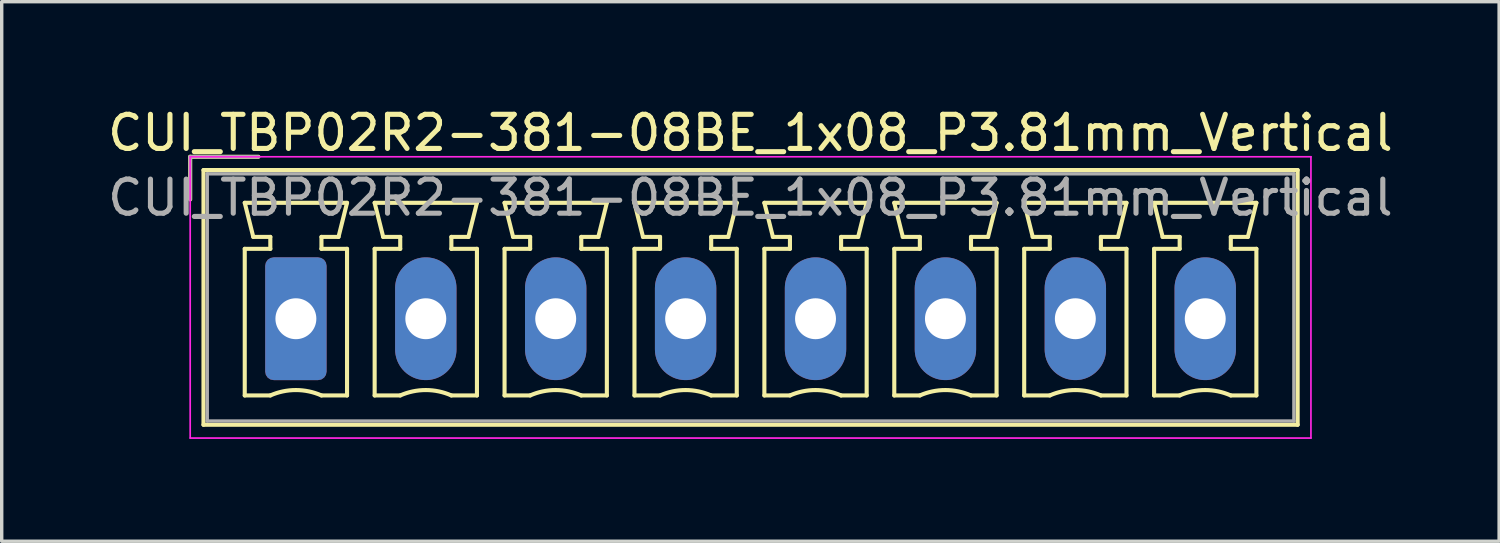
<source format=kicad_pcb>
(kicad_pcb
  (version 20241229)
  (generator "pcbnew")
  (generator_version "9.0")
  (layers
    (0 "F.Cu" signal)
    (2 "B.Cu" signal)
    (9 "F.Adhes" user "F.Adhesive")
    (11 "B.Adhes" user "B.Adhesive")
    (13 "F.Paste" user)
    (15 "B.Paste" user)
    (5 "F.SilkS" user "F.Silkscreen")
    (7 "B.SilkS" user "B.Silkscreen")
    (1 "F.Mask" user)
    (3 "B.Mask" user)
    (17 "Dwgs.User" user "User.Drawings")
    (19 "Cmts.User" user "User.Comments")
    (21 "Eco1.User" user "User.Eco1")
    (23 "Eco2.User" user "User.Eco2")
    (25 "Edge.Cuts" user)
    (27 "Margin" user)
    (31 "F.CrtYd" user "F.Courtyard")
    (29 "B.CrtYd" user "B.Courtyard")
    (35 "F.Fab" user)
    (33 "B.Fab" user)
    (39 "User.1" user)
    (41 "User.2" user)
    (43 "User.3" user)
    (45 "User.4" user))
  (footprint "CUI_TBP02R2-381-08BE_1x08_P3.81mm_Vertical"
    (layer "F.Cu")
    (at 5.628 6.298)
    (property "Reference" "CUI_TBP02R2-381-08BE_1x08_P3.81mm_Vertical" (at 13.33 -5.45 0) (layer "F.SilkS") (effects (font (size 1 1) (thickness 0.15))))
    (attr through_hole)
    (fp_line (start -3.1 -4.75) (end -1.1 -4.75) (stroke (width 0.12) (type solid)) (layer "F.SilkS"))
    (fp_line (start -3.1 -3.5) (end -3.1 -4.75) (stroke (width 0.12) (type solid)) (layer "F.SilkS"))
    (fp_line (start -2.71 -4.36) (end -2.71 3.11) (stroke (width 0.12) (type solid)) (layer "F.SilkS"))
    (fp_line (start -2.71 3.11) (end 29.38 3.11) (stroke (width 0.12) (type solid)) (layer "F.SilkS"))
    (fp_line (start -1.5 -3.4) (end 1.5 -3.4) (stroke (width 0.12) (type solid)) (layer "F.SilkS"))
    (fp_line (start -1.5 -2.05) (end -0.75 -2.05) (stroke (width 0.12) (type solid)) (layer "F.SilkS"))
    (fp_line (start -1.5 2.25) (end -1.5 -2.05) (stroke (width 0.12) (type solid)) (layer "F.SilkS"))
    (fp_line (start -1.25 -2.4) (end -1.5 -3.4) (stroke (width 0.12) (type solid)) (layer "F.SilkS"))
    (fp_line (start -0.75 -2.4) (end -1.25 -2.4) (stroke (width 0.12) (type solid)) (layer "F.SilkS"))
    (fp_line (start -0.75 -2.05) (end -0.75 -2.4) (stroke (width 0.12) (type solid)) (layer "F.SilkS"))
    (fp_line (start -0.75 2.25) (end -1.5 2.25) (stroke (width 0.12) (type solid)) (layer "F.SilkS"))
    (fp_line (start 0.75 -2.4) (end 0.75 -2.05) (stroke (width 0.12) (type solid)) (layer "F.SilkS"))
    (fp_line (start 0.75 -2.05) (end 1.5 -2.05) (stroke (width 0.12) (type solid)) (layer "F.SilkS"))
    (fp_line (start 1.25 -2.4) (end 0.75 -2.4) (stroke (width 0.12) (type solid)) (layer "F.SilkS"))
    (fp_line (start 1.5 -3.4) (end 1.25 -2.4) (stroke (width 0.12) (type solid)) (layer "F.SilkS"))
    (fp_line (start 1.5 -2.05) (end 1.5 2.25) (stroke (width 0.12) (type solid)) (layer "F.SilkS"))
    (fp_line (start 1.5 2.25) (end 0.75 2.25) (stroke (width 0.12) (type solid)) (layer "F.SilkS"))
    (fp_line (start 2.31 -3.4) (end 5.31 -3.4) (stroke (width 0.12) (type solid)) (layer "F.SilkS"))
    (fp_line (start 2.31 -2.05) (end 3.06 -2.05) (stroke (width 0.12) (type solid)) (layer "F.SilkS"))
    (fp_line (start 2.31 2.25) (end 2.31 -2.05) (stroke (width 0.12) (type solid)) (layer "F.SilkS"))
    (fp_line (start 2.56 -2.4) (end 2.31 -3.4) (stroke (width 0.12) (type solid)) (layer "F.SilkS"))
    (fp_line (start 3.06 -2.4) (end 2.56 -2.4) (stroke (width 0.12) (type solid)) (layer "F.SilkS"))
    (fp_line (start 3.06 -2.05) (end 3.06 -2.4) (stroke (width 0.12) (type solid)) (layer "F.SilkS"))
    (fp_line (start 3.06 2.25) (end 2.31 2.25) (stroke (width 0.12) (type solid)) (layer "F.SilkS"))
    (fp_line (start 4.56 -2.4) (end 4.56 -2.05) (stroke (width 0.12) (type solid)) (layer "F.SilkS"))
    (fp_line (start 4.56 -2.05) (end 5.31 -2.05) (stroke (width 0.12) (type solid)) (layer "F.SilkS"))
    (fp_line (start 5.06 -2.4) (end 4.56 -2.4) (stroke (width 0.12) (type solid)) (layer "F.SilkS"))
    (fp_line (start 5.31 -3.4) (end 5.06 -2.4) (stroke (width 0.12) (type solid)) (layer "F.SilkS"))
    (fp_line (start 5.31 -2.05) (end 5.31 2.25) (stroke (width 0.12) (type solid)) (layer "F.SilkS"))
    (fp_line (start 5.31 2.25) (end 4.56 2.25) (stroke (width 0.12) (type solid)) (layer "F.SilkS"))
    (fp_line (start 6.12 -3.4) (end 9.12 -3.4) (stroke (width 0.12) (type solid)) (layer "F.SilkS"))
    (fp_line (start 6.12 -2.05) (end 6.87 -2.05) (stroke (width 0.12) (type solid)) (layer "F.SilkS"))
    (fp_line (start 6.12 2.25) (end 6.12 -2.05) (stroke (width 0.12) (type solid)) (layer "F.SilkS"))
    (fp_line (start 6.37 -2.4) (end 6.12 -3.4) (stroke (width 0.12) (type solid)) (layer "F.SilkS"))
    (fp_line (start 6.87 -2.4) (end 6.37 -2.4) (stroke (width 0.12) (type solid)) (layer "F.SilkS"))
    (fp_line (start 6.87 -2.05) (end 6.87 -2.4) (stroke (width 0.12) (type solid)) (layer "F.SilkS"))
    (fp_line (start 6.87 2.25) (end 6.12 2.25) (stroke (width 0.12) (type solid)) (layer "F.SilkS"))
    (fp_line (start 8.37 -2.4) (end 8.37 -2.05) (stroke (width 0.12) (type solid)) (layer "F.SilkS"))
    (fp_line (start 8.37 -2.05) (end 9.12 -2.05) (stroke (width 0.12) (type solid)) (layer "F.SilkS"))
    (fp_line (start 8.87 -2.4) (end 8.37 -2.4) (stroke (width 0.12) (type solid)) (layer "F.SilkS"))
    (fp_line (start 9.12 -3.4) (end 8.87 -2.4) (stroke (width 0.12) (type solid)) (layer "F.SilkS"))
    (fp_line (start 9.12 -2.05) (end 9.12 2.25) (stroke (width 0.12) (type solid)) (layer "F.SilkS"))
    (fp_line (start 9.12 2.25) (end 8.37 2.25) (stroke (width 0.12) (type solid)) (layer "F.SilkS"))
    (fp_line (start 9.93 -3.4) (end 12.93 -3.4) (stroke (width 0.12) (type solid)) (layer "F.SilkS"))
    (fp_line (start 9.93 -2.05) (end 10.68 -2.05) (stroke (width 0.12) (type solid)) (layer "F.SilkS"))
    (fp_line (start 9.93 2.25) (end 9.93 -2.05) (stroke (width 0.12) (type solid)) (layer "F.SilkS"))
    (fp_line (start 10.18 -2.4) (end 9.93 -3.4) (stroke (width 0.12) (type solid)) (layer "F.SilkS"))
    (fp_line (start 10.68 -2.4) (end 10.18 -2.4) (stroke (width 0.12) (type solid)) (layer "F.SilkS"))
    (fp_line (start 10.68 -2.05) (end 10.68 -2.4) (stroke (width 0.12) (type solid)) (layer "F.SilkS"))
    (fp_line (start 10.68 2.25) (end 9.93 2.25) (stroke (width 0.12) (type solid)) (layer "F.SilkS"))
    (fp_line (start 12.18 -2.4) (end 12.18 -2.05) (stroke (width 0.12) (type solid)) (layer "F.SilkS"))
    (fp_line (start 12.18 -2.05) (end 12.93 -2.05) (stroke (width 0.12) (type solid)) (layer "F.SilkS"))
    (fp_line (start 12.68 -2.4) (end 12.18 -2.4) (stroke (width 0.12) (type solid)) (layer "F.SilkS"))
    (fp_line (start 12.93 -3.4) (end 12.68 -2.4) (stroke (width 0.12) (type solid)) (layer "F.SilkS"))
    (fp_line (start 12.93 -2.05) (end 12.93 2.25) (stroke (width 0.12) (type solid)) (layer "F.SilkS"))
    (fp_line (start 12.93 2.25) (end 12.18 2.25) (stroke (width 0.12) (type solid)) (layer "F.SilkS"))
    (fp_line (start 13.74 -3.4) (end 16.74 -3.4) (stroke (width 0.12) (type solid)) (layer "F.SilkS"))
    (fp_line (start 13.74 -2.05) (end 14.49 -2.05) (stroke (width 0.12) (type solid)) (layer "F.SilkS"))
    (fp_line (start 13.74 2.25) (end 13.74 -2.05) (stroke (width 0.12) (type solid)) (layer "F.SilkS"))
    (fp_line (start 13.99 -2.4) (end 13.74 -3.4) (stroke (width 0.12) (type solid)) (layer "F.SilkS"))
    (fp_line (start 14.49 -2.4) (end 13.99 -2.4) (stroke (width 0.12) (type solid)) (layer "F.SilkS"))
    (fp_line (start 14.49 -2.05) (end 14.49 -2.4) (stroke (width 0.12) (type solid)) (layer "F.SilkS"))
    (fp_line (start 14.49 2.25) (end 13.74 2.25) (stroke (width 0.12) (type solid)) (layer "F.SilkS"))
    (fp_line (start 15.99 -2.4) (end 15.99 -2.05) (stroke (width 0.12) (type solid)) (layer "F.SilkS"))
    (fp_line (start 15.99 -2.05) (end 16.74 -2.05) (stroke (width 0.12) (type solid)) (layer "F.SilkS"))
    (fp_line (start 16.49 -2.4) (end 15.99 -2.4) (stroke (width 0.12) (type solid)) (layer "F.SilkS"))
    (fp_line (start 16.74 -3.4) (end 16.49 -2.4) (stroke (width 0.12) (type solid)) (layer "F.SilkS"))
    (fp_line (start 16.74 -2.05) (end 16.74 2.25) (stroke (width 0.12) (type solid)) (layer "F.SilkS"))
    (fp_line (start 16.74 2.25) (end 15.99 2.25) (stroke (width 0.12) (type solid)) (layer "F.SilkS"))
    (fp_line (start 17.55 -3.4) (end 20.55 -3.4) (stroke (width 0.12) (type solid)) (layer "F.SilkS"))
    (fp_line (start 17.55 -2.05) (end 18.3 -2.05) (stroke (width 0.12) (type solid)) (layer "F.SilkS"))
    (fp_line (start 17.55 2.25) (end 17.55 -2.05) (stroke (width 0.12) (type solid)) (layer "F.SilkS"))
    (fp_line (start 17.8 -2.4) (end 17.55 -3.4) (stroke (width 0.12) (type solid)) (layer "F.SilkS"))
    (fp_line (start 18.3 -2.4) (end 17.8 -2.4) (stroke (width 0.12) (type solid)) (layer "F.SilkS"))
    (fp_line (start 18.3 -2.05) (end 18.3 -2.4) (stroke (width 0.12) (type solid)) (layer "F.SilkS"))
    (fp_line (start 18.3 2.25) (end 17.55 2.25) (stroke (width 0.12) (type solid)) (layer "F.SilkS"))
    (fp_line (start 19.8 -2.4) (end 19.8 -2.05) (stroke (width 0.12) (type solid)) (layer "F.SilkS"))
    (fp_line (start 19.8 -2.05) (end 20.55 -2.05) (stroke (width 0.12) (type solid)) (layer "F.SilkS"))
    (fp_line (start 20.3 -2.4) (end 19.8 -2.4) (stroke (width 0.12) (type solid)) (layer "F.SilkS"))
    (fp_line (start 20.55 -3.4) (end 20.3 -2.4) (stroke (width 0.12) (type solid)) (layer "F.SilkS"))
    (fp_line (start 20.55 -2.05) (end 20.55 2.25) (stroke (width 0.12) (type solid)) (layer "F.SilkS"))
    (fp_line (start 20.55 2.25) (end 19.8 2.25) (stroke (width 0.12) (type solid)) (layer "F.SilkS"))
    (fp_line (start 21.36 -3.4) (end 24.36 -3.4) (stroke (width 0.12) (type solid)) (layer "F.SilkS"))
    (fp_line (start 21.36 -2.05) (end 22.11 -2.05) (stroke (width 0.12) (type solid)) (layer "F.SilkS"))
    (fp_line (start 21.36 2.25) (end 21.36 -2.05) (stroke (width 0.12) (type solid)) (layer "F.SilkS"))
    (fp_line (start 21.61 -2.4) (end 21.36 -3.4) (stroke (width 0.12) (type solid)) (layer "F.SilkS"))
    (fp_line (start 22.11 -2.4) (end 21.61 -2.4) (stroke (width 0.12) (type solid)) (layer "F.SilkS"))
    (fp_line (start 22.11 -2.05) (end 22.11 -2.4) (stroke (width 0.12) (type solid)) (layer "F.SilkS"))
    (fp_line (start 22.11 2.25) (end 21.36 2.25) (stroke (width 0.12) (type solid)) (layer "F.SilkS"))
    (fp_line (start 23.61 -2.4) (end 23.61 -2.05) (stroke (width 0.12) (type solid)) (layer "F.SilkS"))
    (fp_line (start 23.61 -2.05) (end 24.36 -2.05) (stroke (width 0.12) (type solid)) (layer "F.SilkS"))
    (fp_line (start 24.11 -2.4) (end 23.61 -2.4) (stroke (width 0.12) (type solid)) (layer "F.SilkS"))
    (fp_line (start 24.36 -3.4) (end 24.11 -2.4) (stroke (width 0.12) (type solid)) (layer "F.SilkS"))
    (fp_line (start 24.36 -2.05) (end 24.36 2.25) (stroke (width 0.12) (type solid)) (layer "F.SilkS"))
    (fp_line (start 24.36 2.25) (end 23.61 2.25) (stroke (width 0.12) (type solid)) (layer "F.SilkS"))
    (fp_line (start 25.17 -3.4) (end 28.17 -3.4) (stroke (width 0.12) (type solid)) (layer "F.SilkS"))
    (fp_line (start 25.17 -2.05) (end 25.92 -2.05) (stroke (width 0.12) (type solid)) (layer "F.SilkS"))
    (fp_line (start 25.17 2.25) (end 25.17 -2.05) (stroke (width 0.12) (type solid)) (layer "F.SilkS"))
    (fp_line (start 25.42 -2.4) (end 25.17 -3.4) (stroke (width 0.12) (type solid)) (layer "F.SilkS"))
    (fp_line (start 25.92 -2.4) (end 25.42 -2.4) (stroke (width 0.12) (type solid)) (layer "F.SilkS"))
    (fp_line (start 25.92 -2.05) (end 25.92 -2.4) (stroke (width 0.12) (type solid)) (layer "F.SilkS"))
    (fp_line (start 25.92 2.25) (end 25.17 2.25) (stroke (width 0.12) (type solid)) (layer "F.SilkS"))
    (fp_line (start 27.42 -2.4) (end 27.42 -2.05) (stroke (width 0.12) (type solid)) (layer "F.SilkS"))
    (fp_line (start 27.42 -2.05) (end 28.17 -2.05) (stroke (width 0.12) (type solid)) (layer "F.SilkS"))
    (fp_line (start 27.92 -2.4) (end 27.42 -2.4) (stroke (width 0.12) (type solid)) (layer "F.SilkS"))
    (fp_line (start 28.17 -3.4) (end 27.92 -2.4) (stroke (width 0.12) (type solid)) (layer "F.SilkS"))
    (fp_line (start 28.17 -2.05) (end 28.17 2.25) (stroke (width 0.12) (type solid)) (layer "F.SilkS"))
    (fp_line (start 28.17 2.25) (end 27.42 2.25) (stroke (width 0.12) (type solid)) (layer "F.SilkS"))
    (fp_line (start 29.38 -4.36) (end -2.71 -4.36) (stroke (width 0.12) (type solid)) (layer "F.SilkS"))
    (fp_line (start 29.38 3.11) (end 29.38 -4.36) (stroke (width 0.12) (type solid)) (layer "F.SilkS"))
    (fp_arc (start -0.75 2.25) (mid -0.000193 2.09191) (end 0.749647 2.249844) (stroke (width 0.12) (type solid)) (layer "F.SilkS"))
    (fp_arc (start 3.06 2.25) (mid 3.809807 2.09191) (end 4.559647 2.249844) (stroke (width 0.12) (type solid)) (layer "F.SilkS"))
    (fp_arc (start 6.87 2.25) (mid 7.619807 2.09191) (end 8.369647 2.249844) (stroke (width 0.12) (type solid)) (layer "F.SilkS"))
    (fp_arc (start 10.68 2.25) (mid 11.429807 2.09191) (end 12.179647 2.249844) (stroke (width 0.12) (type solid)) (layer "F.SilkS"))
    (fp_arc (start 14.49 2.25) (mid 15.239807 2.09191) (end 15.989647 2.249844) (stroke (width 0.12) (type solid)) (layer "F.SilkS"))
    (fp_arc (start 18.3 2.25) (mid 19.049807 2.09191) (end 19.799647 2.249844) (stroke (width 0.12) (type solid)) (layer "F.SilkS"))
    (fp_arc (start 22.11 2.25) (mid 22.859807 2.09191) (end 23.609647 2.249844) (stroke (width 0.12) (type solid)) (layer "F.SilkS"))
    (fp_arc (start 25.92 2.25) (mid 26.669807 2.09191) (end 27.419647 2.249844) (stroke (width 0.12) (type solid)) (layer "F.SilkS"))
    (fp_line (start -3.1 -4.75) (end -3.1 3.5) (stroke (width 0.05) (type solid)) (layer "F.CrtYd"))
    (fp_line (start -3.1 3.5) (end 29.77 3.5) (stroke (width 0.05) (type solid)) (layer "F.CrtYd"))
    (fp_line (start 29.77 -4.75) (end -3.1 -4.75) (stroke (width 0.05) (type solid)) (layer "F.CrtYd"))
    (fp_line (start 29.77 3.5) (end 29.77 -4.75) (stroke (width 0.05) (type solid)) (layer "F.CrtYd"))
    (fp_line (start -3.1 -4.75) (end -1.1 -4.75) (stroke (width 0.1) (type solid)) (layer "F.Fab"))
    (fp_line (start -3.1 -3.5) (end -3.1 -4.75) (stroke (width 0.1) (type solid)) (layer "F.Fab"))
    (fp_line (start -2.6 -4.25) (end -2.6 3) (stroke (width 0.1) (type solid)) (layer "F.Fab"))
    (fp_line (start -2.6 3) (end 29.27 3) (stroke (width 0.1) (type solid)) (layer "F.Fab"))
    (fp_line (start 29.27 -4.25) (end -2.6 -4.25) (stroke (width 0.1) (type solid)) (layer "F.Fab"))
    (fp_line (start 29.27 3) (end 29.27 -4.25) (stroke (width 0.1) (type solid)) (layer "F.Fab"))
    (fp_text user "${REFERENCE}" (at 13.33 -3.55 0) (layer "F.Fab") (effects (font (size 1 1) (thickness 0.15))))
    (pad "1" thru_hole roundrect (at 0 0) (size 1.8 3.6) (drill 1.2) (layers "*.Cu" "*.Mask") (roundrect_rratio 0.139))
    (pad "2" thru_hole oval (at 3.81 0) (size 1.8 3.6) (drill 1.2) (layers "*.Cu" "*.Mask"))
    (pad "3" thru_hole oval (at 7.62 0) (size 1.8 3.6) (drill 1.2) (layers "*.Cu" "*.Mask"))
    (pad "4" thru_hole oval (at 11.43 0) (size 1.8 3.6) (drill 1.2) (layers "*.Cu" "*.Mask"))
    (pad "5" thru_hole oval (at 15.24 0) (size 1.8 3.6) (drill 1.2) (layers "*.Cu" "*.Mask"))
    (pad "6" thru_hole oval (at 19.05 0) (size 1.8 3.6) (drill 1.2) (layers "*.Cu" "*.Mask"))
    (pad "7" thru_hole oval (at 22.86 0) (size 1.8 3.6) (drill 1.2) (layers "*.Cu" "*.Mask"))
    (pad "8" thru_hole oval (at 26.67 0) (size 1.8 3.6) (drill 1.2) (layers "*.Cu" "*.Mask")))
  (gr_rect
    (start -3 -3)
    (end 40.917 12.823)
    (stroke (width 0.1) (type default))
    (fill no)
    (layer "Edge.Cuts")))
</source>
